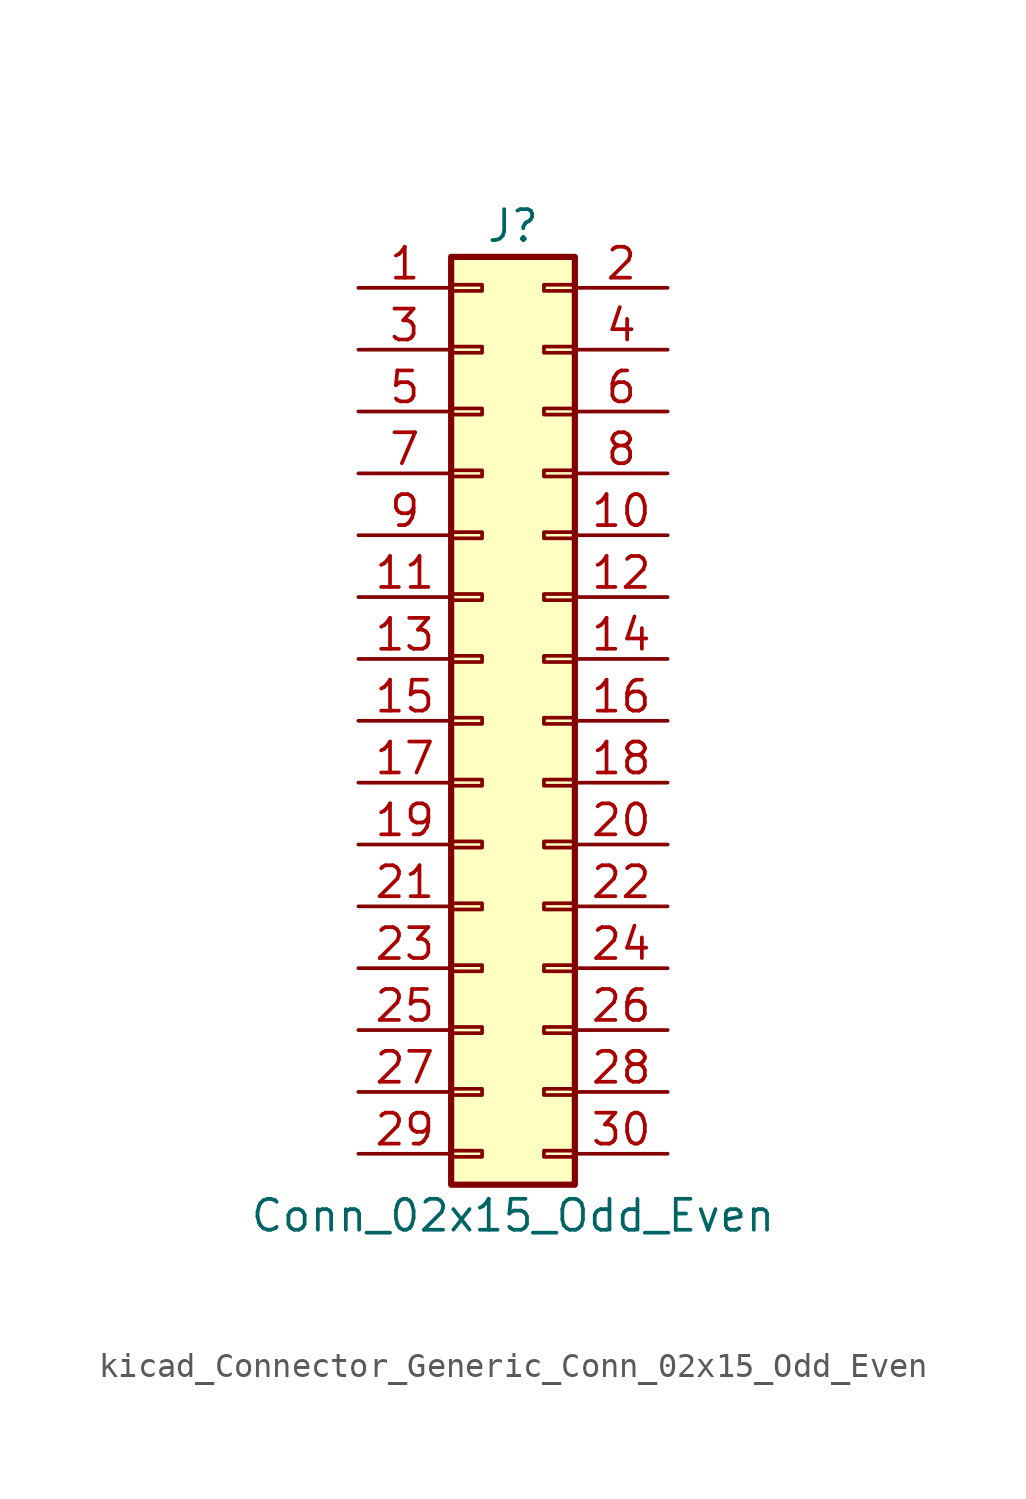
<source format=kicad_sym>
(kicad_symbol_lib
  (version 20220914)
  (generator kicad_symbol_editor)
  (symbol "kicad_Connector_Generic_Conn_02x15_Odd_Even"
    (pin_names
      (offset 1.016) hide)
    (property "Reference" "J"
      (at 1.27 20.32 0)
      (effects (font (size 1.27 1.27))))
    (property "Value" "Conn_02x15_Odd_Even"
      (at 1.27 -20.32 0)
      (effects (font (size 1.27 1.27))))
    (symbol "kicad_Connector_Generic_Conn_02x15_Odd_Even_1_1"
      (rectangle (start -1.27 -17.653) (end 0 -17.907) (stroke (width 0.152) (type default)) (fill (type none)))
      (rectangle (start -1.27 -15.113) (end 0 -15.367) (stroke (width 0.152) (type default)) (fill (type none)))
      (rectangle (start -1.27 -12.573) (end 0 -12.827) (stroke (width 0.152) (type default)) (fill (type none)))
      (rectangle (start -1.27 -10.033) (end 0 -10.287) (stroke (width 0.152) (type default)) (fill (type none)))
      (rectangle (start -1.27 -7.493) (end 0 -7.747) (stroke (width 0.152) (type default)) (fill (type none)))
      (rectangle (start -1.27 -4.953) (end 0 -5.207) (stroke (width 0.152) (type default)) (fill (type none)))
      (rectangle (start -1.27 -2.413) (end 0 -2.667) (stroke (width 0.152) (type default)) (fill (type none)))
      (rectangle (start -1.27 0.127) (end 0 -0.127) (stroke (width 0.152) (type default)) (fill (type none)))
      (rectangle (start -1.27 2.667) (end 0 2.413) (stroke (width 0.152) (type default)) (fill (type none)))
      (rectangle (start -1.27 5.207) (end 0 4.953) (stroke (width 0.152) (type default)) (fill (type none)))
      (rectangle (start -1.27 7.747) (end 0 7.493) (stroke (width 0.152) (type default)) (fill (type none)))
      (rectangle (start -1.27 10.287) (end 0 10.033) (stroke (width 0.152) (type default)) (fill (type none)))
      (rectangle (start -1.27 12.827) (end 0 12.573) (stroke (width 0.152) (type default)) (fill (type none)))
      (rectangle (start -1.27 15.367) (end 0 15.113) (stroke (width 0.152) (type default)) (fill (type none)))
      (rectangle (start -1.27 17.907) (end 0 17.653) (stroke (width 0.152) (type default)) (fill (type none)))
      (rectangle (start -1.27 19.05) (end 3.81 -19.05) (stroke (width 0.254) (type default)) (fill (type background)))
      (rectangle (start 3.81 -17.653) (end 2.54 -17.907) (stroke (width 0.152) (type default)) (fill (type none)))
      (rectangle (start 3.81 -15.113) (end 2.54 -15.367) (stroke (width 0.152) (type default)) (fill (type none)))
      (rectangle (start 3.81 -12.573) (end 2.54 -12.827) (stroke (width 0.152) (type default)) (fill (type none)))
      (rectangle (start 3.81 -10.033) (end 2.54 -10.287) (stroke (width 0.152) (type default)) (fill (type none)))
      (rectangle (start 3.81 -7.493) (end 2.54 -7.747) (stroke (width 0.152) (type default)) (fill (type none)))
      (rectangle (start 3.81 -4.953) (end 2.54 -5.207) (stroke (width 0.152) (type default)) (fill (type none)))
      (rectangle (start 3.81 -2.413) (end 2.54 -2.667) (stroke (width 0.152) (type default)) (fill (type none)))
      (rectangle (start 3.81 0.127) (end 2.54 -0.127) (stroke (width 0.152) (type default)) (fill (type none)))
      (rectangle (start 3.81 2.667) (end 2.54 2.413) (stroke (width 0.152) (type default)) (fill (type none)))
      (rectangle (start 3.81 5.207) (end 2.54 4.953) (stroke (width 0.152) (type default)) (fill (type none)))
      (rectangle (start 3.81 7.747) (end 2.54 7.493) (stroke (width 0.152) (type default)) (fill (type none)))
      (rectangle (start 3.81 10.287) (end 2.54 10.033) (stroke (width 0.152) (type default)) (fill (type none)))
      (rectangle (start 3.81 12.827) (end 2.54 12.573) (stroke (width 0.152) (type default)) (fill (type none)))
      (rectangle (start 3.81 15.367) (end 2.54 15.113) (stroke (width 0.152) (type default)) (fill (type none)))
      (rectangle (start 3.81 17.907) (end 2.54 17.653) (stroke (width 0.152) (type default)) (fill (type none)))
      (pin passive line (at -5.08 17.78 0) (length 3.81) (name "Pin_1" (effects (font (size 1.27 1.27)))) (number "1" (effects (font (size 1.27 1.27)))))
      (pin passive line (at 7.62 7.62 180) (length 3.81) (name "Pin_10" (effects (font (size 1.27 1.27)))) (number "10" (effects (font (size 1.27 1.27)))))
      (pin passive line (at -5.08 5.08 0) (length 3.81) (name "Pin_11" (effects (font (size 1.27 1.27)))) (number "11" (effects (font (size 1.27 1.27)))))
      (pin passive line (at 7.62 5.08 180) (length 3.81) (name "Pin_12" (effects (font (size 1.27 1.27)))) (number "12" (effects (font (size 1.27 1.27)))))
      (pin passive line (at -5.08 2.54 0) (length 3.81) (name "Pin_13" (effects (font (size 1.27 1.27)))) (number "13" (effects (font (size 1.27 1.27)))))
      (pin passive line (at 7.62 2.54 180) (length 3.81) (name "Pin_14" (effects (font (size 1.27 1.27)))) (number "14" (effects (font (size 1.27 1.27)))))
      (pin passive line (at -5.08 0 0) (length 3.81) (name "Pin_15" (effects (font (size 1.27 1.27)))) (number "15" (effects (font (size 1.27 1.27)))))
      (pin passive line (at 7.62 0 180) (length 3.81) (name "Pin_16" (effects (font (size 1.27 1.27)))) (number "16" (effects (font (size 1.27 1.27)))))
      (pin passive line (at -5.08 -2.54 0) (length 3.81) (name "Pin_17" (effects (font (size 1.27 1.27)))) (number "17" (effects (font (size 1.27 1.27)))))
      (pin passive line (at 7.62 -2.54 180) (length 3.81) (name "Pin_18" (effects (font (size 1.27 1.27)))) (number "18" (effects (font (size 1.27 1.27)))))
      (pin passive line (at -5.08 -5.08 0) (length 3.81) (name "Pin_19" (effects (font (size 1.27 1.27)))) (number "19" (effects (font (size 1.27 1.27)))))
      (pin passive line (at 7.62 17.78 180) (length 3.81) (name "Pin_2" (effects (font (size 1.27 1.27)))) (number "2" (effects (font (size 1.27 1.27)))))
      (pin passive line (at 7.62 -5.08 180) (length 3.81) (name "Pin_20" (effects (font (size 1.27 1.27)))) (number "20" (effects (font (size 1.27 1.27)))))
      (pin passive line (at -5.08 -7.62 0) (length 3.81) (name "Pin_21" (effects (font (size 1.27 1.27)))) (number "21" (effects (font (size 1.27 1.27)))))
      (pin passive line (at 7.62 -7.62 180) (length 3.81) (name "Pin_22" (effects (font (size 1.27 1.27)))) (number "22" (effects (font (size 1.27 1.27)))))
      (pin passive line (at -5.08 -10.16 0) (length 3.81) (name "Pin_23" (effects (font (size 1.27 1.27)))) (number "23" (effects (font (size 1.27 1.27)))))
      (pin passive line (at 7.62 -10.16 180) (length 3.81) (name "Pin_24" (effects (font (size 1.27 1.27)))) (number "24" (effects (font (size 1.27 1.27)))))
      (pin passive line (at -5.08 -12.7 0) (length 3.81) (name "Pin_25" (effects (font (size 1.27 1.27)))) (number "25" (effects (font (size 1.27 1.27)))))
      (pin passive line (at 7.62 -12.7 180) (length 3.81) (name "Pin_26" (effects (font (size 1.27 1.27)))) (number "26" (effects (font (size 1.27 1.27)))))
      (pin passive line (at -5.08 -15.24 0) (length 3.81) (name "Pin_27" (effects (font (size 1.27 1.27)))) (number "27" (effects (font (size 1.27 1.27)))))
      (pin passive line (at 7.62 -15.24 180) (length 3.81) (name "Pin_28" (effects (font (size 1.27 1.27)))) (number "28" (effects (font (size 1.27 1.27)))))
      (pin passive line (at -5.08 -17.78 0) (length 3.81) (name "Pin_29" (effects (font (size 1.27 1.27)))) (number "29" (effects (font (size 1.27 1.27)))))
      (pin passive line (at -5.08 15.24 0) (length 3.81) (name "Pin_3" (effects (font (size 1.27 1.27)))) (number "3" (effects (font (size 1.27 1.27)))))
      (pin passive line (at 7.62 -17.78 180) (length 3.81) (name "Pin_30" (effects (font (size 1.27 1.27)))) (number "30" (effects (font (size 1.27 1.27)))))
      (pin passive line (at 7.62 15.24 180) (length 3.81) (name "Pin_4" (effects (font (size 1.27 1.27)))) (number "4" (effects (font (size 1.27 1.27)))))
      (pin passive line (at -5.08 12.7 0) (length 3.81) (name "Pin_5" (effects (font (size 1.27 1.27)))) (number "5" (effects (font (size 1.27 1.27)))))
      (pin passive line (at 7.62 12.7 180) (length 3.81) (name "Pin_6" (effects (font (size 1.27 1.27)))) (number "6" (effects (font (size 1.27 1.27)))))
      (pin passive line (at -5.08 10.16 0) (length 3.81) (name "Pin_7" (effects (font (size 1.27 1.27)))) (number "7" (effects (font (size 1.27 1.27)))))
      (pin passive line (at 7.62 10.16 180) (length 3.81) (name "Pin_8" (effects (font (size 1.27 1.27)))) (number "8" (effects (font (size 1.27 1.27)))))
      (pin passive line (at -5.08 7.62 0) (length 3.81) (name "Pin_9" (effects (font (size 1.27 1.27)))) (number "9" (effects (font (size 1.27 1.27))))))))
</source>
